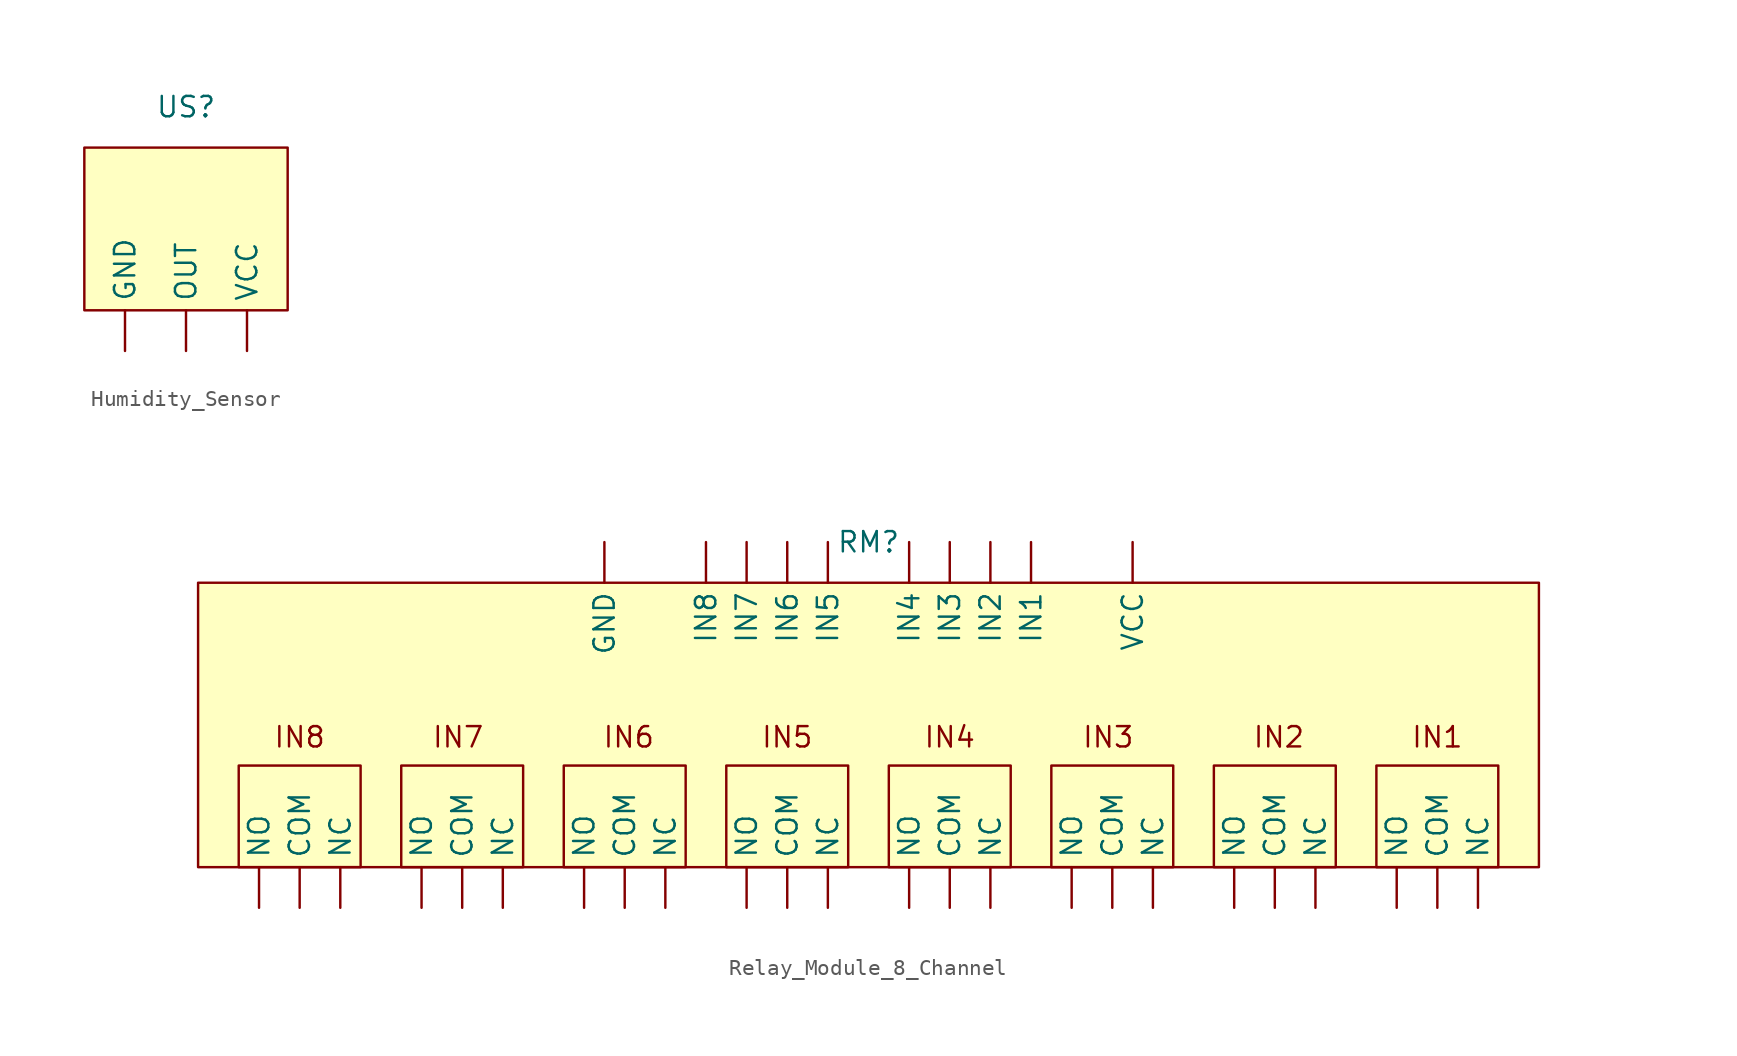
<source format=kicad_sym>
(kicad_symbol_lib
  (version 20241209)
  (generator "kicad_symbol_editor")
  (generator_version "9.0")
  (symbol "Humidity_Sensor"
    (property "Reference" "US"
      (at 0 0 0)
      (effects (font (size 1.27 1.27))))
    (property "Value" ""
      (at 0 0 0)
      (effects (font (size 1.27 1.27))))
    (symbol "Humidity_Sensor_1_1"
      (rectangle (start -6.35 -2.54) (end 6.35 -12.7) (stroke (width 0) (type solid)) (fill (type background)))
      (pin power_in line (at -3.81 -15.24 90) (length 2.54) (name "GND" (effects (font (size 1.27 1.27)))) (number "" (effects (font (size 1.27 1.27)))))
      (pin output line (at 0 -15.24 90) (length 2.54) (name "OUT" (effects (font (size 1.27 1.27)))) (number "" (effects (font (size 1.27 1.27)))))
      (pin power_in line (at 3.81 -15.24 90) (length 2.54) (name "VCC" (effects (font (size 1.27 1.27)))) (number "" (effects (font (size 1.27 1.27)))))))
  (symbol "Relay_Module_8_Channel"
    (property "Reference" "RM"
      (at 0 0 0)
      (effects (font (size 1.27 1.27))))
    (property "Value" ""
      (at 0 0 0)
      (effects (font (size 1.27 1.27))))
    (symbol "Relay_Module_8_Channel_1_1"
      (rectangle (start -41.91 -2.54) (end 41.91 -20.32) (stroke (width 0) (type solid)) (fill (type background)))
      (rectangle (start -39.37 -13.97) (end -31.75 -20.32) (stroke (width 0) (type default)) (fill (type none)))
      (rectangle (start -29.21 -13.97) (end -21.59 -20.32) (stroke (width 0) (type default)) (fill (type none)))
      (rectangle (start -19.05 -13.97) (end -11.43 -20.32) (stroke (width 0) (type default)) (fill (type none)))
      (rectangle (start -8.89 -13.97) (end -1.27 -20.32) (stroke (width 0) (type default)) (fill (type none)))
      (rectangle (start 1.27 -13.97) (end 8.89 -20.32) (stroke (width 0) (type default)) (fill (type none)))
      (rectangle (start 11.43 -13.97) (end 19.05 -20.32) (stroke (width 0) (type default)) (fill (type none)))
      (rectangle (start 21.59 -13.97) (end 29.21 -20.32) (stroke (width 0) (type default)) (fill (type none)))
      (rectangle (start 31.75 -13.97) (end 39.37 -20.32) (stroke (width 0) (type default)) (fill (type none)))
      (text "IN8" (at -35.56 -12.192 0) (effects (font (size 1.27 1.27))))
      (text "IN7" (at -25.654 -12.192 0) (effects (font (size 1.27 1.27))))
      (text "IN6" (at -14.986 -12.192 0) (effects (font (size 1.27 1.27))))
      (text "IN5" (at -5.08 -12.192 0) (effects (font (size 1.27 1.27))))
      (text "IN4" (at 5.08 -12.192 0) (effects (font (size 1.27 1.27))))
      (text "IN3" (at 14.986 -12.192 0) (effects (font (size 1.27 1.27))))
      (text "IN2" (at 25.654 -12.192 0) (effects (font (size 1.27 1.27))))
      (text "IN1" (at 35.56 -12.192 0) (effects (font (size 1.27 1.27))))
      (pin power_out line (at -38.1 -22.86 90) (length 2.54) (name "NO" (effects (font (size 1.27 1.27)))) (number "" (effects (font (size 1.27 1.27)))))
      (pin power_in line (at -35.56 -22.86 90) (length 2.54) (name "COM" (effects (font (size 1.27 1.27)))) (number "" (effects (font (size 1.27 1.27)))))
      (pin power_out line (at -33.02 -22.86 90) (length 2.54) (name "NC" (effects (font (size 1.27 1.27)))) (number "" (effects (font (size 1.27 1.27)))))
      (pin power_out line (at -27.94 -22.86 90) (length 2.54) (name "NO" (effects (font (size 1.27 1.27)))) (number "" (effects (font (size 1.27 1.27)))))
      (pin power_in line (at -25.4 -22.86 90) (length 2.54) (name "COM" (effects (font (size 1.27 1.27)))) (number "" (effects (font (size 1.27 1.27)))))
      (pin power_out line (at -22.86 -22.86 90) (length 2.54) (name "NC" (effects (font (size 1.27 1.27)))) (number "" (effects (font (size 1.27 1.27)))))
      (pin power_out line (at -17.78 -22.86 90) (length 2.54) (name "NO" (effects (font (size 1.27 1.27)))) (number "" (effects (font (size 1.27 1.27)))))
      (pin power_in line (at -16.51 0 270) (length 2.54) (name "GND" (effects (font (size 1.27 1.27)))) (number "" (effects (font (size 1.27 1.27)))))
      (pin power_in line (at -15.24 -22.86 90) (length 2.54) (name "COM" (effects (font (size 1.27 1.27)))) (number "" (effects (font (size 1.27 1.27)))))
      (pin power_out line (at -12.7 -22.86 90) (length 2.54) (name "NC" (effects (font (size 1.27 1.27)))) (number "" (effects (font (size 1.27 1.27)))))
      (pin input line (at -10.16 0 270) (length 2.54) (name "IN8" (effects (font (size 1.27 1.27)))) (number "" (effects (font (size 1.27 1.27)))))
      (pin input line (at -7.62 0 270) (length 2.54) (name "IN7" (effects (font (size 1.27 1.27)))) (number "" (effects (font (size 1.27 1.27)))))
      (pin power_out line (at -7.62 -22.86 90) (length 2.54) (name "NO" (effects (font (size 1.27 1.27)))) (number "" (effects (font (size 1.27 1.27)))))
      (pin input line (at -5.08 0 270) (length 2.54) (name "IN6" (effects (font (size 1.27 1.27)))) (number "" (effects (font (size 1.27 1.27)))))
      (pin power_in line (at -5.08 -22.86 90) (length 2.54) (name "COM" (effects (font (size 1.27 1.27)))) (number "" (effects (font (size 1.27 1.27)))))
      (pin input line (at -2.54 0 270) (length 2.54) (name "IN5" (effects (font (size 1.27 1.27)))) (number "" (effects (font (size 1.27 1.27)))))
      (pin power_out line (at -2.54 -22.86 90) (length 2.54) (name "NC" (effects (font (size 1.27 1.27)))) (number "" (effects (font (size 1.27 1.27)))))
      (pin input line (at 2.54 0 270) (length 2.54) (name "IN4" (effects (font (size 1.27 1.27)))) (number "" (effects (font (size 1.27 1.27)))))
      (pin power_out line (at 2.54 -22.86 90) (length 2.54) (name "NO" (effects (font (size 1.27 1.27)))) (number "" (effects (font (size 1.27 1.27)))))
      (pin input line (at 5.08 0 270) (length 2.54) (name "IN3" (effects (font (size 1.27 1.27)))) (number "" (effects (font (size 1.27 1.27)))))
      (pin power_in line (at 5.08 -22.86 90) (length 2.54) (name "COM" (effects (font (size 1.27 1.27)))) (number "" (effects (font (size 1.27 1.27)))))
      (pin input line (at 7.62 0 270) (length 2.54) (name "IN2" (effects (font (size 1.27 1.27)))) (number "" (effects (font (size 1.27 1.27)))))
      (pin power_out line (at 7.62 -22.86 90) (length 2.54) (name "NC" (effects (font (size 1.27 1.27)))) (number "" (effects (font (size 1.27 1.27)))))
      (pin input line (at 10.16 0 270) (length 2.54) (name "IN1" (effects (font (size 1.27 1.27)))) (number "" (effects (font (size 1.27 1.27)))))
      (pin power_out line (at 12.7 -22.86 90) (length 2.54) (name "NO" (effects (font (size 1.27 1.27)))) (number "" (effects (font (size 1.27 1.27)))))
      (pin power_in line (at 15.24 -22.86 90) (length 2.54) (name "COM" (effects (font (size 1.27 1.27)))) (number "" (effects (font (size 1.27 1.27)))))
      (pin power_in line (at 16.51 0 270) (length 2.54) (name "VCC" (effects (font (size 1.27 1.27)))) (number "" (effects (font (size 1.27 1.27)))))
      (pin power_out line (at 17.78 -22.86 90) (length 2.54) (name "NC" (effects (font (size 1.27 1.27)))) (number "" (effects (font (size 1.27 1.27)))))
      (pin power_out line (at 22.86 -22.86 90) (length 2.54) (name "NO" (effects (font (size 1.27 1.27)))) (number "" (effects (font (size 1.27 1.27)))))
      (pin power_in line (at 25.4 -22.86 90) (length 2.54) (name "COM" (effects (font (size 1.27 1.27)))) (number "" (effects (font (size 1.27 1.27)))))
      (pin power_out line (at 27.94 -22.86 90) (length 2.54) (name "NC" (effects (font (size 1.27 1.27)))) (number "" (effects (font (size 1.27 1.27)))))
      (pin power_out line (at 33.02 -22.86 90) (length 2.54) (name "NO" (effects (font (size 1.27 1.27)))) (number "" (effects (font (size 1.27 1.27)))))
      (pin power_in line (at 35.56 -22.86 90) (length 2.54) (name "COM" (effects (font (size 1.27 1.27)))) (number "" (effects (font (size 1.27 1.27)))))
      (pin power_out line (at 38.1 -22.86 90) (length 2.54) (name "NC" (effects (font (size 1.27 1.27)))) (number "" (effects (font (size 1.27 1.27))))))))
</source>
